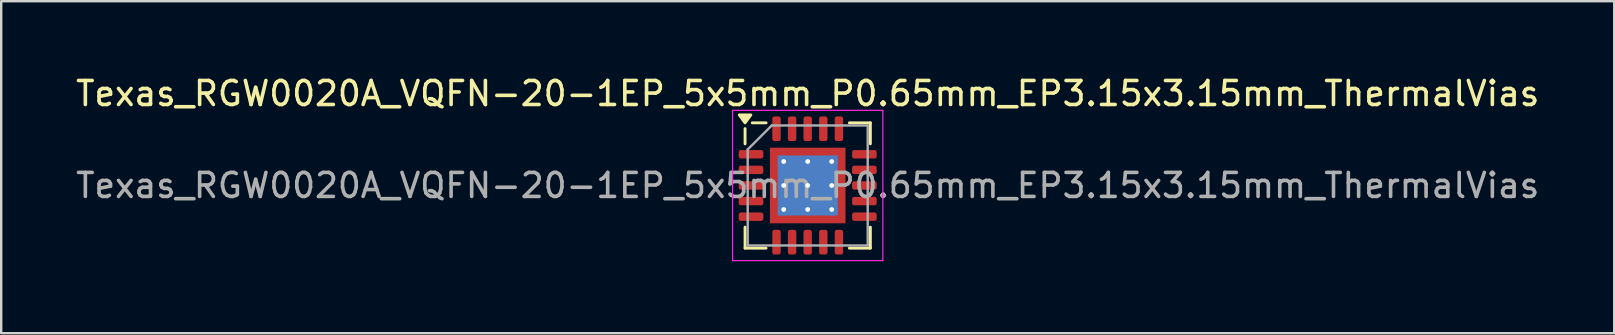
<source format=kicad_pcb>
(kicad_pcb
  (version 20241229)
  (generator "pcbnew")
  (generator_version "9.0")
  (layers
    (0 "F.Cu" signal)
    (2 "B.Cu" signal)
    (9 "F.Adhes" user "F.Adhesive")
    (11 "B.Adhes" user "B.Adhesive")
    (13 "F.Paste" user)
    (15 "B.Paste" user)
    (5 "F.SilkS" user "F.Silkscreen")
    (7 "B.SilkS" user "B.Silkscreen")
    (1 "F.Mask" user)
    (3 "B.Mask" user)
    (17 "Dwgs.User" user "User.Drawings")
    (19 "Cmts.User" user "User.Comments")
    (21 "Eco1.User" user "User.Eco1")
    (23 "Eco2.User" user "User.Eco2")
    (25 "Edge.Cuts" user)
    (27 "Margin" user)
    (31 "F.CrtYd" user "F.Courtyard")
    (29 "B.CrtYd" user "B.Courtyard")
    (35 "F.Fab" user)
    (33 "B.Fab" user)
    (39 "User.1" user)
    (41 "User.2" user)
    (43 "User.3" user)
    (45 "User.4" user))
  (footprint "Texas_RGW0020A_VQFN-20-1EP_5x5mm_P0.65mm_EP3.15x3.15mm_ThermalVias"
    (layer "F.Cu")
    (at 30.601 4.678)
    (property "Reference" "Texas_RGW0020A_VQFN-20-1EP_5x5mm_P0.65mm_EP3.15x3.15mm_ThermalVias" (at 0 -3.83 0) (layer "F.SilkS") (effects (font (size 1 1) (thickness 0.15))))
    (attr smd)
    (fp_line (start -2.61 -1.735) (end -2.61 -2.37) (stroke (width 0.12) (type solid)) (layer "F.SilkS"))
    (fp_line (start -2.61 2.61) (end -2.61 1.735) (stroke (width 0.12) (type solid)) (layer "F.SilkS"))
    (fp_line (start -1.735 -2.61) (end -2.31 -2.61) (stroke (width 0.12) (type solid)) (layer "F.SilkS"))
    (fp_line (start -1.735 2.61) (end -2.61 2.61) (stroke (width 0.12) (type solid)) (layer "F.SilkS"))
    (fp_line (start 1.735 -2.61) (end 2.61 -2.61) (stroke (width 0.12) (type solid)) (layer "F.SilkS"))
    (fp_line (start 1.735 2.61) (end 2.61 2.61) (stroke (width 0.12) (type solid)) (layer "F.SilkS"))
    (fp_line (start 2.61 -2.61) (end 2.61 -1.735) (stroke (width 0.12) (type solid)) (layer "F.SilkS"))
    (fp_line (start 2.61 2.61) (end 2.61 1.735) (stroke (width 0.12) (type solid)) (layer "F.SilkS"))
    (fp_poly (pts (xy -2.61 -2.61) (xy -2.85 -2.94) (xy -2.37 -2.94) (xy -2.61 -2.61)) (stroke (width 0.12) (type solid)) (fill yes) (layer "F.SilkS"))
    (fp_line (start -3.13 -3.13) (end -3.13 3.13) (stroke (width 0.05) (type solid)) (layer "F.CrtYd"))
    (fp_line (start -3.13 3.13) (end 3.13 3.13) (stroke (width 0.05) (type solid)) (layer "F.CrtYd"))
    (fp_line (start 3.13 -3.13) (end -3.13 -3.13) (stroke (width 0.05) (type solid)) (layer "F.CrtYd"))
    (fp_line (start 3.13 3.13) (end 3.13 -3.13) (stroke (width 0.05) (type solid)) (layer "F.CrtYd"))
    (fp_line (start -2.5 -1.5) (end -1.5 -2.5) (stroke (width 0.1) (type solid)) (layer "F.Fab"))
    (fp_line (start -2.5 2.5) (end -2.5 -1.5) (stroke (width 0.1) (type solid)) (layer "F.Fab"))
    (fp_line (start -1.5 -2.5) (end 2.5 -2.5) (stroke (width 0.1) (type solid)) (layer "F.Fab"))
    (fp_line (start 2.5 -2.5) (end 2.5 2.5) (stroke (width 0.1) (type solid)) (layer "F.Fab"))
    (fp_line (start 2.5 2.5) (end -2.5 2.5) (stroke (width 0.1) (type solid)) (layer "F.Fab"))
    (fp_text user "${REFERENCE}" (at 0 0 0) (layer "F.Fab") (effects (font (size 1 1) (thickness 0.15))))
    (pad "" smd custom (at -1.288 -1.288) (size 0.342 0.342) (layers "F.Paste") (options (anchor circle)) (primitives (gr_poly (pts (xy -0.116 -0.116) (xy 0.116 -0.116) (xy 0.116 0.012) (xy 0.012 0.116) (xy -0.116 0.116)) (width 0.232) (fill yes))))
    (pad "" smd custom (at -1.288 -0.5) (size 0.371 0.371) (layers "F.Paste") (options (anchor circle)) (primitives (gr_poly (pts (xy -0.14 -0.311) (xy 0.063 -0.311) (xy 0.14 -0.235) (xy 0.14 0.235) (xy 0.063 0.311) (xy -0.14 0.311)) (width 0.184) (fill yes))))
    (pad "" smd custom (at -1.288 0.5) (size 0.371 0.371) (layers "F.Paste") (options (anchor circle)) (primitives (gr_poly (pts (xy -0.14 -0.311) (xy 0.063 -0.311) (xy 0.14 -0.235) (xy 0.14 0.235) (xy 0.063 0.311) (xy -0.14 0.311)) (width 0.184) (fill yes))))
    (pad "" smd custom (at -1.288 1.288) (size 0.342 0.342) (layers "F.Paste") (options (anchor circle)) (primitives (gr_poly (pts (xy -0.116 -0.116) (xy 0.012 -0.116) (xy 0.116 -0.012) (xy 0.116 0.116) (xy -0.116 0.116)) (width 0.232) (fill yes))))
    (pad "" smd custom (at -0.5 -1.288) (size 0.371 0.371) (layers "F.Paste") (options (anchor circle)) (primitives (gr_poly (pts (xy -0.311 -0.14) (xy 0.311 -0.14) (xy 0.311 0.063) (xy 0.235 0.14) (xy -0.235 0.14) (xy -0.311 0.063)) (width 0.184) (fill yes))))
    (pad "" smd roundrect (at -0.5 -0.5) (size 0.806 0.806) (layers "F.Paste") (roundrect_rratio 0.25))
    (pad "" smd roundrect (at -0.5 0.5) (size 0.806 0.806) (layers "F.Paste") (roundrect_rratio 0.25))
    (pad "" smd custom (at -0.5 1.288) (size 0.371 0.371) (layers "F.Paste") (options (anchor circle)) (primitives (gr_poly (pts (xy -0.311 -0.063) (xy -0.235 -0.14) (xy 0.235 -0.14) (xy 0.311 -0.063) (xy 0.311 0.14) (xy -0.311 0.14)) (width 0.184) (fill yes))))
    (pad "" smd custom (at 0.5 -1.288) (size 0.371 0.371) (layers "F.Paste") (options (anchor circle)) (primitives (gr_poly (pts (xy -0.311 -0.14) (xy 0.311 -0.14) (xy 0.311 0.063) (xy 0.235 0.14) (xy -0.235 0.14) (xy -0.311 0.063)) (width 0.184) (fill yes))))
    (pad "" smd roundrect (at 0.5 -0.5) (size 0.806 0.806) (layers "F.Paste") (roundrect_rratio 0.25))
    (pad "" smd roundrect (at 0.5 0.5) (size 0.806 0.806) (layers "F.Paste") (roundrect_rratio 0.25))
    (pad "" smd custom (at 0.5 1.288) (size 0.371 0.371) (layers "F.Paste") (options (anchor circle)) (primitives (gr_poly (pts (xy -0.311 -0.063) (xy -0.235 -0.14) (xy 0.235 -0.14) (xy 0.311 -0.063) (xy 0.311 0.14) (xy -0.311 0.14)) (width 0.184) (fill yes))))
    (pad "" smd custom (at 1.288 -1.288) (size 0.342 0.342) (layers "F.Paste") (options (anchor circle)) (primitives (gr_poly (pts (xy -0.116 -0.116) (xy 0.116 -0.116) (xy 0.116 0.116) (xy -0.012 0.116) (xy -0.116 0.012)) (width 0.232) (fill yes))))
    (pad "" smd custom (at 1.288 -0.5) (size 0.371 0.371) (layers "F.Paste") (options (anchor circle)) (primitives (gr_poly (pts (xy -0.14 -0.235) (xy -0.063 -0.311) (xy 0.14 -0.311) (xy 0.14 0.311) (xy -0.063 0.311) (xy -0.14 0.235)) (width 0.184) (fill yes))))
    (pad "" smd custom (at 1.288 0.5) (size 0.371 0.371) (layers "F.Paste") (options (anchor circle)) (primitives (gr_poly (pts (xy -0.14 -0.235) (xy -0.063 -0.311) (xy 0.14 -0.311) (xy 0.14 0.311) (xy -0.063 0.311) (xy -0.14 0.235)) (width 0.184) (fill yes))))
    (pad "" smd custom (at 1.288 1.288) (size 0.342 0.342) (layers "F.Paste") (options (anchor circle)) (primitives (gr_poly (pts (xy -0.116 -0.012) (xy -0.012 -0.116) (xy 0.116 -0.116) (xy 0.116 0.116) (xy -0.116 0.116)) (width 0.232) (fill yes))))
    (pad "1" smd roundrect (at -2.362 -1.3) (size 1.025 0.35) (layers "F.Cu" "F.Mask" "F.Paste") (roundrect_rratio 0.25))
    (pad "2" smd roundrect (at -2.362 -0.65) (size 1.025 0.35) (layers "F.Cu" "F.Mask" "F.Paste") (roundrect_rratio 0.25))
    (pad "3" smd roundrect (at -2.362 0) (size 1.025 0.35) (layers "F.Cu" "F.Mask" "F.Paste") (roundrect_rratio 0.25))
    (pad "4" smd roundrect (at -2.362 0.65) (size 1.025 0.35) (layers "F.Cu" "F.Mask" "F.Paste") (roundrect_rratio 0.25))
    (pad "5" smd roundrect (at -2.362 1.3) (size 1.025 0.35) (layers "F.Cu" "F.Mask" "F.Paste") (roundrect_rratio 0.25))
    (pad "6" smd roundrect (at -1.3 2.362) (size 0.35 1.025) (layers "F.Cu" "F.Mask" "F.Paste") (roundrect_rratio 0.25))
    (pad "7" smd roundrect (at -0.65 2.362) (size 0.35 1.025) (layers "F.Cu" "F.Mask" "F.Paste") (roundrect_rratio 0.25))
    (pad "8" smd roundrect (at 0 2.362) (size 0.35 1.025) (layers "F.Cu" "F.Mask" "F.Paste") (roundrect_rratio 0.25))
    (pad "9" smd roundrect (at 0.65 2.362) (size 0.35 1.025) (layers "F.Cu" "F.Mask" "F.Paste") (roundrect_rratio 0.25))
    (pad "10" smd roundrect (at 1.3 2.362) (size 0.35 1.025) (layers "F.Cu" "F.Mask" "F.Paste") (roundrect_rratio 0.25))
    (pad "11" smd roundrect (at 2.362 1.3) (size 1.025 0.35) (layers "F.Cu" "F.Mask" "F.Paste") (roundrect_rratio 0.25))
    (pad "12" smd roundrect (at 2.362 0.65) (size 1.025 0.35) (layers "F.Cu" "F.Mask" "F.Paste") (roundrect_rratio 0.25))
    (pad "13" smd roundrect (at 2.362 0) (size 1.025 0.35) (layers "F.Cu" "F.Mask" "F.Paste") (roundrect_rratio 0.25))
    (pad "14" smd roundrect (at 2.362 -0.65) (size 1.025 0.35) (layers "F.Cu" "F.Mask" "F.Paste") (roundrect_rratio 0.25))
    (pad "15" smd roundrect (at 2.362 -1.3) (size 1.025 0.35) (layers "F.Cu" "F.Mask" "F.Paste") (roundrect_rratio 0.25))
    (pad "16" smd roundrect (at 1.3 -2.362) (size 0.35 1.025) (layers "F.Cu" "F.Mask" "F.Paste") (roundrect_rratio 0.25))
    (pad "17" smd roundrect (at 0.65 -2.362) (size 0.35 1.025) (layers "F.Cu" "F.Mask" "F.Paste") (roundrect_rratio 0.25))
    (pad "18" smd roundrect (at 0 -2.362) (size 0.35 1.025) (layers "F.Cu" "F.Mask" "F.Paste") (roundrect_rratio 0.25))
    (pad "19" smd roundrect (at -0.65 -2.362) (size 0.35 1.025) (layers "F.Cu" "F.Mask" "F.Paste") (roundrect_rratio 0.25))
    (pad "20" smd roundrect (at -1.3 -2.362) (size 0.35 1.025) (layers "F.Cu" "F.Mask" "F.Paste") (roundrect_rratio 0.25))
    (pad "21" thru_hole circle (at -1 -1) (size 0.5 0.5) (drill 0.2) (property pad_prop_heatsink) (layers "*.Cu"))
    (pad "21" thru_hole circle (at -1 0) (size 0.5 0.5) (drill 0.2) (property pad_prop_heatsink) (layers "*.Cu"))
    (pad "21" thru_hole circle (at -1 1) (size 0.5 0.5) (drill 0.2) (property pad_prop_heatsink) (layers "*.Cu"))
    (pad "21" thru_hole circle (at 0 -1) (size 0.5 0.5) (drill 0.2) (property pad_prop_heatsink) (layers "*.Cu"))
    (pad "21" thru_hole circle (at 0 0) (size 0.5 0.5) (drill 0.2) (property pad_prop_heatsink) (layers "*.Cu"))
    (pad "21" smd rect (at 0 0) (size 2.5 2.5) (property pad_prop_heatsink) (layers "B.Cu"))
    (pad "21" smd rect (at 0 0) (size 3.15 3.15) (property pad_prop_heatsink) (layers "F.Cu" "F.Mask"))
    (pad "21" thru_hole circle (at 0 1) (size 0.5 0.5) (drill 0.2) (property pad_prop_heatsink) (layers "*.Cu"))
    (pad "21" thru_hole circle (at 1 -1) (size 0.5 0.5) (drill 0.2) (property pad_prop_heatsink) (layers "*.Cu"))
    (pad "21" thru_hole circle (at 1 0) (size 0.5 0.5) (drill 0.2) (property pad_prop_heatsink) (layers "*.Cu"))
    (pad "21" thru_hole circle (at 1 1) (size 0.5 0.5) (drill 0.2) (property pad_prop_heatsink) (layers "*.Cu")))
  (gr_rect
    (start -3 -3)
    (end 64.202 10.833)
    (stroke (width 0.1) (type default))
    (fill no)
    (layer "Edge.Cuts")))
</source>
